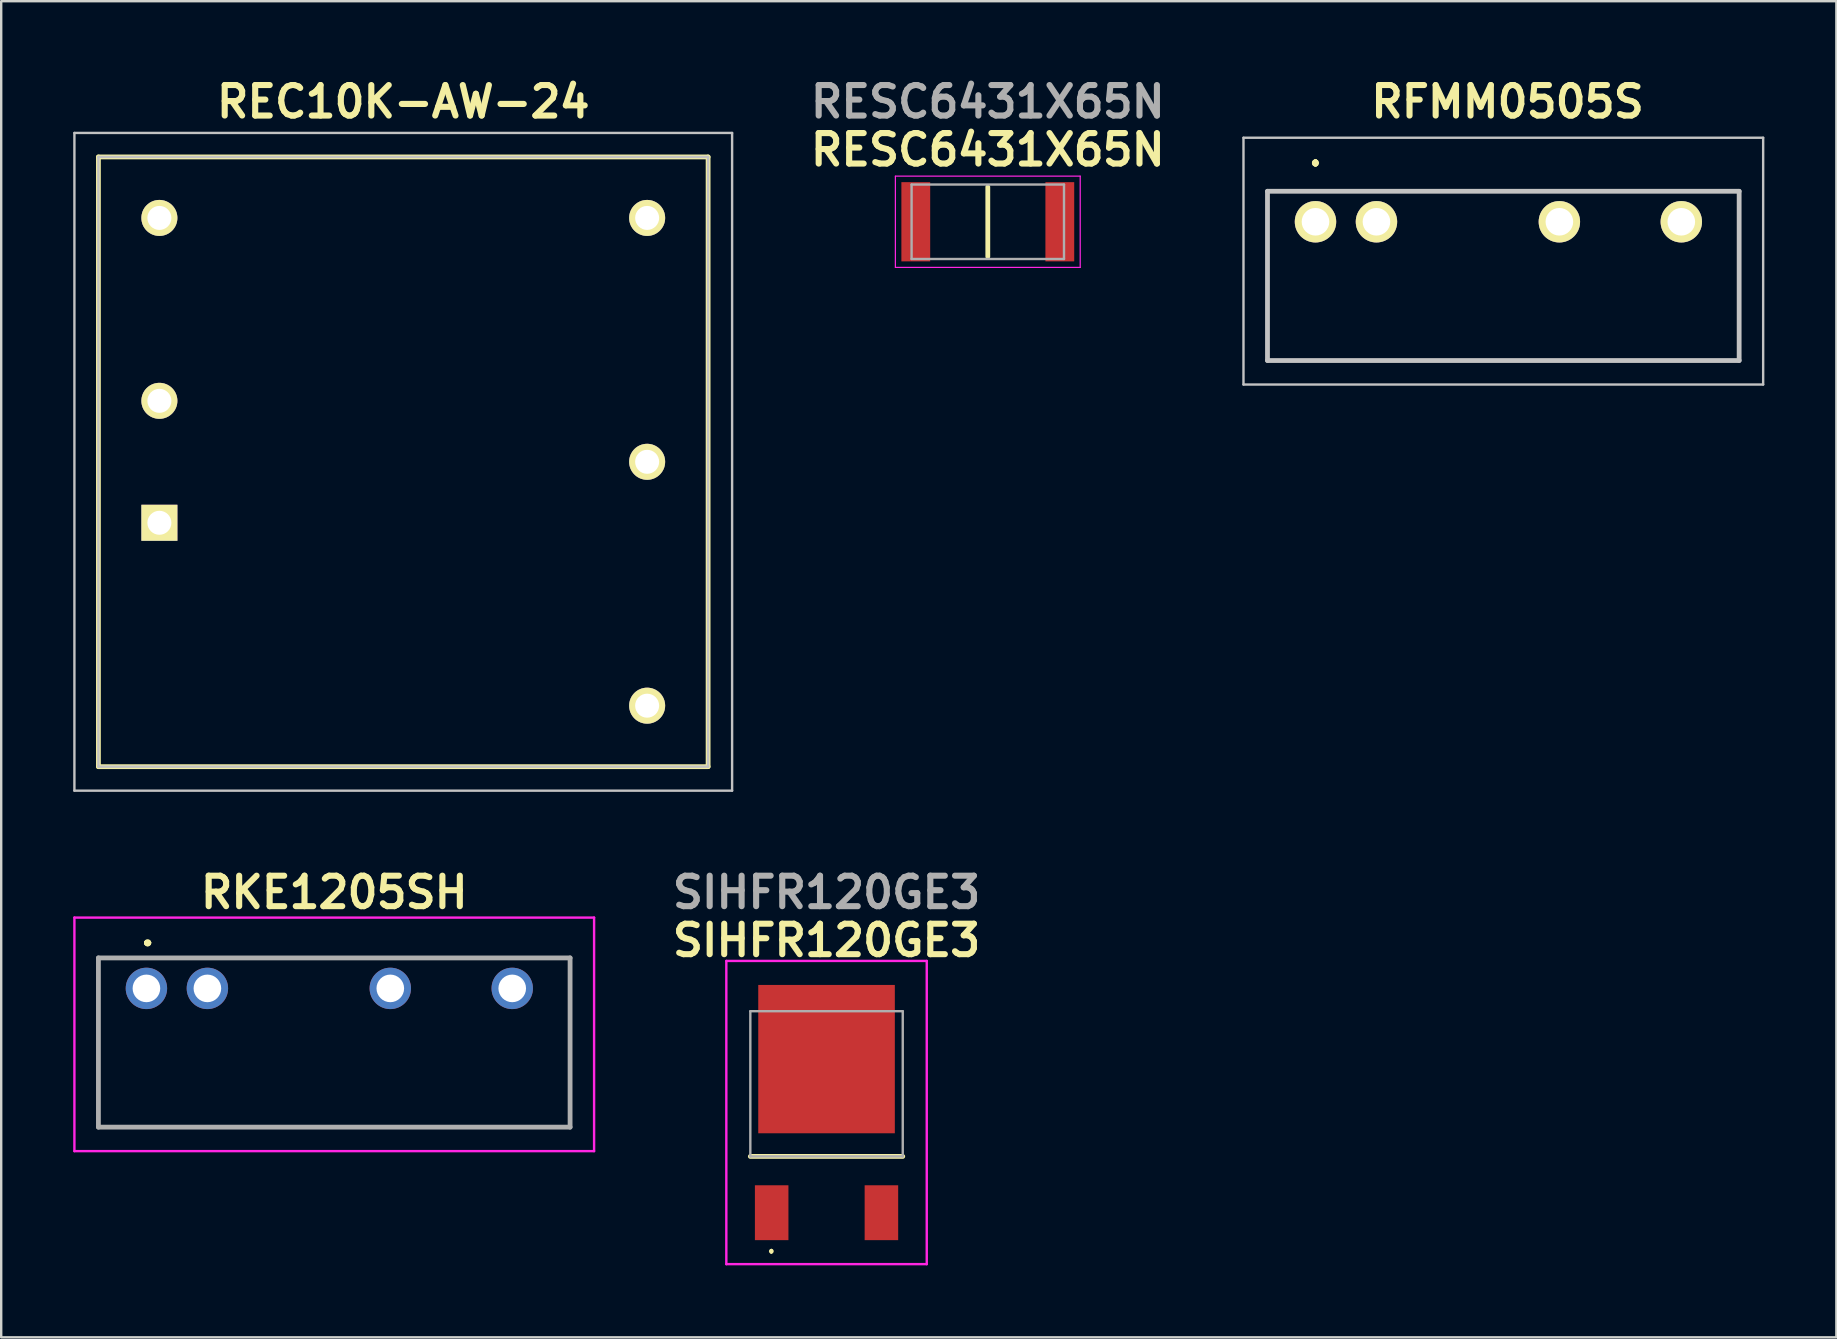
<source format=kicad_pcb>
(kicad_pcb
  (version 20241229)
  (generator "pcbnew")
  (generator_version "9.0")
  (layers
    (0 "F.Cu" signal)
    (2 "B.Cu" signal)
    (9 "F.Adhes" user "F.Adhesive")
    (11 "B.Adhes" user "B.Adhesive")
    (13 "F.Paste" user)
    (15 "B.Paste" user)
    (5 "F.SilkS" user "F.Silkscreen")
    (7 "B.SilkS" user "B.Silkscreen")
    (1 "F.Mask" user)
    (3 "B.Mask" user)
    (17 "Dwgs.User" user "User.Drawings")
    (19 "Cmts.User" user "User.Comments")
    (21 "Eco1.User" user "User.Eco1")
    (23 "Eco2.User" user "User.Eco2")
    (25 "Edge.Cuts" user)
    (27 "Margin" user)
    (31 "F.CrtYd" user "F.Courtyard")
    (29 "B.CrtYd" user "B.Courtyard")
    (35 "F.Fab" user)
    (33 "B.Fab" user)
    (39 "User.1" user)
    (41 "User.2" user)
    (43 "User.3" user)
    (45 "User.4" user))
  (footprint "RESC6431X65N"
    (layer "F.Cu")
    (at 38.102 6.189)
    (property "Reference" "RESC6431X65N" (at 0 -3 0) (layer "F.SilkS") (effects (font (size 1.27 1.27) (thickness 0.254))))
    (attr smd)
    (fp_line (start 0 -1.45) (end 0 1.45) (stroke (width 0.2) (type solid)) (layer "F.SilkS"))
    (fp_line (start -3.85 -1.9) (end 3.85 -1.9) (stroke (width 0.05) (type solid)) (layer "F.CrtYd"))
    (fp_line (start -3.85 1.9) (end -3.85 -1.9) (stroke (width 0.05) (type solid)) (layer "F.CrtYd"))
    (fp_line (start 3.85 -1.9) (end 3.85 1.9) (stroke (width 0.05) (type solid)) (layer "F.CrtYd"))
    (fp_line (start 3.85 1.9) (end -3.85 1.9) (stroke (width 0.05) (type solid)) (layer "F.CrtYd"))
    (fp_line (start -3.175 -1.55) (end 3.175 -1.55) (stroke (width 0.1) (type solid)) (layer "F.Fab"))
    (fp_line (start -3.175 1.55) (end -3.175 -1.55) (stroke (width 0.1) (type solid)) (layer "F.Fab"))
    (fp_line (start 3.175 -1.55) (end 3.175 1.55) (stroke (width 0.1) (type solid)) (layer "F.Fab"))
    (fp_line (start 3.175 1.55) (end -3.175 1.55) (stroke (width 0.1) (type solid)) (layer "F.Fab"))
    (fp_text user "${REFERENCE}" (at 0 -5 0) (layer "F.Fab") (effects (font (size 1.27 1.27) (thickness 0.254))))
    (pad "1" smd rect (at -3 0) (size 1.2 3.3) (layers "F.Cu" "F.Mask" "F.Paste"))
    (pad "2" smd rect (at 3 0) (size 1.2 3.3) (layers "F.Cu" "F.Mask" "F.Paste")))
  (footprint "RKE1205SH"
    (layer "F.Cu")
    (at 3.05 38.127)
    (property "Reference" "RKE1205SH" (at 7.825 -4 0) (layer "F.SilkS") (effects (font (size 1.27 1.27) (thickness 0.254))))
    (attr through_hole)
    (fp_line (start -2 -1.27) (end 17.65 -1.27) (stroke (width 0.1) (type solid)) (layer "F.SilkS"))
    (fp_line (start -2 5.78) (end -2 -1.27) (stroke (width 0.1) (type solid)) (layer "F.SilkS"))
    (fp_line (start 0 -1.9) (end 0 -1.9) (stroke (width 0.2) (type solid)) (layer "F.SilkS"))
    (fp_line (start 0 -1.9) (end 0 -1.9) (stroke (width 0.2) (type solid)) (layer "F.SilkS"))
    (fp_line (start 0.1 -1.9) (end 0.1 -1.9) (stroke (width 0.2) (type solid)) (layer "F.SilkS"))
    (fp_line (start 17.65 -1.27) (end 17.65 5.78) (stroke (width 0.1) (type solid)) (layer "F.SilkS"))
    (fp_line (start 17.65 5.78) (end -2 5.78) (stroke (width 0.1) (type solid)) (layer "F.SilkS"))
    (fp_arc (start 0 -1.9) (mid 0.05 -1.95) (end 0.1 -1.9) (stroke (width 0.2) (type solid)) (layer "F.SilkS"))
    (fp_arc (start 0.1 -1.9) (mid 0.05 -1.85) (end 0 -1.9) (stroke (width 0.2) (type solid)) (layer "F.SilkS"))
    (fp_arc (start 0.1 -1.9) (mid 0.05 -1.85) (end 0 -1.9) (stroke (width 0.2) (type solid)) (layer "F.SilkS"))
    (fp_line (start -3 -2.95) (end 18.65 -2.95) (stroke (width 0.1) (type solid)) (layer "F.CrtYd"))
    (fp_line (start -3 6.78) (end -3 -2.95) (stroke (width 0.1) (type solid)) (layer "F.CrtYd"))
    (fp_line (start 18.65 -2.95) (end 18.65 6.78) (stroke (width 0.1) (type solid)) (layer "F.CrtYd"))
    (fp_line (start 18.65 6.78) (end -3 6.78) (stroke (width 0.1) (type solid)) (layer "F.CrtYd"))
    (fp_line (start -2 -1.27) (end -2 5.78) (stroke (width 0.2) (type solid)) (layer "F.Fab"))
    (fp_line (start -2 5.78) (end 17.65 5.78) (stroke (width 0.2) (type solid)) (layer "F.Fab"))
    (fp_line (start 17.65 -1.27) (end -2 -1.27) (stroke (width 0.2) (type solid)) (layer "F.Fab"))
    (fp_line (start 17.65 5.78) (end 17.65 -1.27) (stroke (width 0.2) (type solid)) (layer "F.Fab"))
    (pad "1" thru_hole circle (at 0 0) (size 1.725 1.725) (drill 1.15) (layers "*.Cu" "*.Mask"))
    (pad "2" thru_hole circle (at 2.54 0) (size 1.725 1.725) (drill 1.15) (layers "*.Cu" "*.Mask"))
    (pad "5" thru_hole circle (at 10.16 0) (size 1.725 1.725) (drill 1.15) (layers "*.Cu" "*.Mask"))
    (pad "7" thru_hole circle (at 15.24 0) (size 1.725 1.725) (drill 1.15) (layers "*.Cu" "*.Mask")))
  (footprint "RFMM0505S"
    (layer "F.Cu")
    (at 51.754 6.189)
    (property "Reference" "RFMM0505S" (at 8 -5 0) (layer "F.SilkS") (effects (font (size 1.27 1.27) (thickness 0.254))))
    (attr through_hole exclude_from_pos_files)
    (fp_line (start -2 -1.27) (end -2 -1.27) (stroke (width 0.1) (type solid)) (layer "F.SilkS"))
    (fp_line (start -2 -1.27) (end -2 -1.27) (stroke (width 0.1) (type solid)) (layer "F.SilkS"))
    (fp_line (start -2 -1.27) (end -2 5.78) (stroke (width 0.1) (type solid)) (layer "F.SilkS"))
    (fp_line (start -2 -1.27) (end -1.5 -1.27) (stroke (width 0.1) (type solid)) (layer "F.SilkS"))
    (fp_line (start -2 5.78) (end -2 -1.27) (stroke (width 0.1) (type solid)) (layer "F.SilkS"))
    (fp_line (start -2 5.78) (end -2 5.78) (stroke (width 0.1) (type solid)) (layer "F.SilkS"))
    (fp_line (start -2 5.78) (end -2 5.78) (stroke (width 0.1) (type solid)) (layer "F.SilkS"))
    (fp_line (start -2 5.78) (end 17.65 5.78) (stroke (width 0.1) (type solid)) (layer "F.SilkS"))
    (fp_line (start -1.5 -1.27) (end -2 -1.27) (stroke (width 0.1) (type solid)) (layer "F.SilkS"))
    (fp_line (start -1.5 -1.27) (end -1.5 -1.27) (stroke (width 0.1) (type solid)) (layer "F.SilkS"))
    (fp_line (start 0 -2.5) (end 0 -2.5) (stroke (width 0.2) (type solid)) (layer "F.SilkS"))
    (fp_line (start 0 -2.5) (end 0 -2.5) (stroke (width 0.2) (type solid)) (layer "F.SilkS"))
    (fp_line (start 0 -2.4) (end 0 -2.4) (stroke (width 0.2) (type solid)) (layer "F.SilkS"))
    (fp_line (start 4 -1.27) (end 4 -1.27) (stroke (width 0.1) (type solid)) (layer "F.SilkS"))
    (fp_line (start 4 -1.27) (end 8.75 -1.27) (stroke (width 0.1) (type solid)) (layer "F.SilkS"))
    (fp_line (start 8.75 -1.27) (end 4 -1.27) (stroke (width 0.1) (type solid)) (layer "F.SilkS"))
    (fp_line (start 8.75 -1.27) (end 8.75 -1.27) (stroke (width 0.1) (type solid)) (layer "F.SilkS"))
    (fp_line (start 11.75 -1.27) (end 11.75 -1.27) (stroke (width 0.1) (type solid)) (layer "F.SilkS"))
    (fp_line (start 11.75 -1.27) (end 13.75 -1.27) (stroke (width 0.1) (type solid)) (layer "F.SilkS"))
    (fp_line (start 13.75 -1.27) (end 11.75 -1.27) (stroke (width 0.1) (type solid)) (layer "F.SilkS"))
    (fp_line (start 13.75 -1.27) (end 13.75 -1.27) (stroke (width 0.1) (type solid)) (layer "F.SilkS"))
    (fp_line (start 16.75 -1.27) (end 16.75 -1.27) (stroke (width 0.1) (type solid)) (layer "F.SilkS"))
    (fp_line (start 16.75 -1.27) (end 17.65 -1.27) (stroke (width 0.1) (type solid)) (layer "F.SilkS"))
    (fp_line (start 17.65 -1.27) (end 16.75 -1.27) (stroke (width 0.1) (type solid)) (layer "F.SilkS"))
    (fp_line (start 17.65 -1.27) (end 17.65 -1.27) (stroke (width 0.1) (type solid)) (layer "F.SilkS"))
    (fp_line (start 17.65 -1.27) (end 17.65 -1.27) (stroke (width 0.1) (type solid)) (layer "F.SilkS"))
    (fp_line (start 17.65 -1.27) (end 17.65 5.78) (stroke (width 0.1) (type solid)) (layer "F.SilkS"))
    (fp_line (start 17.65 5.78) (end -2 5.78) (stroke (width 0.1) (type solid)) (layer "F.SilkS"))
    (fp_line (start 17.65 5.78) (end 17.65 -1.27) (stroke (width 0.1) (type solid)) (layer "F.SilkS"))
    (fp_line (start 17.65 5.78) (end 17.65 5.78) (stroke (width 0.1) (type solid)) (layer "F.SilkS"))
    (fp_line (start 17.65 5.78) (end 17.65 5.78) (stroke (width 0.1) (type solid)) (layer "F.SilkS"))
    (fp_arc (start 0 -2.5) (mid 0.05 -2.45) (end 0 -2.4) (stroke (width 0.2) (type solid)) (layer "F.SilkS"))
    (fp_arc (start 0 -2.4) (mid -0.05 -2.45) (end 0 -2.5) (stroke (width 0.2) (type solid)) (layer "F.SilkS"))
    (fp_arc (start 0 -2.4) (mid -0.05 -2.45) (end 0 -2.5) (stroke (width 0.2) (type solid)) (layer "F.SilkS"))
    (fp_line (start -3 -3.5) (end 18.65 -3.5) (stroke (width 0.1) (type solid)) (layer "Dwgs.User"))
    (fp_line (start -3 6.78) (end -3 -3.5) (stroke (width 0.1) (type solid)) (layer "Dwgs.User"))
    (fp_line (start -2 -1.27) (end -2 5.78) (stroke (width 0.2) (type solid)) (layer "Dwgs.User"))
    (fp_line (start -2 5.78) (end 17.65 5.78) (stroke (width 0.2) (type solid)) (layer "Dwgs.User"))
    (fp_line (start 17.65 -1.27) (end -2 -1.27) (stroke (width 0.2) (type solid)) (layer "Dwgs.User"))
    (fp_line (start 17.65 5.78) (end 17.65 -1.27) (stroke (width 0.2) (type solid)) (layer "Dwgs.User"))
    (fp_line (start 18.65 -3.5) (end 18.65 6.78) (stroke (width 0.1) (type solid)) (layer "Dwgs.User"))
    (fp_line (start 18.65 6.78) (end -3 6.78) (stroke (width 0.1) (type solid)) (layer "Dwgs.User"))
    (pad "1" thru_hole circle (at 0 0 90) (size 1.725 1.725) (drill 1.15) (layers "*.Cu" "*.Mask" "F.SilkS"))
    (pad "2" thru_hole circle (at 2.54 0 90) (size 1.725 1.725) (drill 1.15) (layers "*.Cu" "*.Mask" "F.SilkS"))
    (pad "5" thru_hole circle (at 10.16 0 90) (size 1.725 1.725) (drill 1.15) (layers "*.Cu" "*.Mask" "F.SilkS"))
    (pad "7" thru_hole circle (at 15.24 0 90) (size 1.725 1.725) (drill 1.15) (layers "*.Cu" "*.Mask" "F.SilkS")))
  (footprint "SIHFR120GE3"
    (layer "F.Cu")
    (at 31.384 44.127)
    (property "Reference" "SIHFR120GE3" (at 0 -8 0) (layer "F.SilkS") (effects (font (size 1.27 1.27) (thickness 0.254))))
    (attr smd)
    (fp_line (start -3.175 1) (end 3.175 1) (stroke (width 0.2) (type solid)) (layer "F.SilkS"))
    (fp_line (start -2.3 4.9) (end -2.3 4.9) (stroke (width 0.1) (type solid)) (layer "F.SilkS"))
    (fp_line (start -2.3 5) (end -2.3 5) (stroke (width 0.1) (type solid)) (layer "F.SilkS"))
    (fp_arc (start -2.3 4.9) (mid -2.25 4.95) (end -2.3 5) (stroke (width 0.1) (type solid)) (layer "F.SilkS"))
    (fp_arc (start -2.3 5) (mid -2.35 4.95) (end -2.3 4.9) (stroke (width 0.1) (type solid)) (layer "F.SilkS"))
    (fp_line (start -4.175 -7.144) (end 4.175 -7.144) (stroke (width 0.1) (type solid)) (layer "F.CrtYd"))
    (fp_line (start -4.175 5.488) (end -4.175 -7.144) (stroke (width 0.1) (type solid)) (layer "F.CrtYd"))
    (fp_line (start 4.175 -7.144) (end 4.175 5.488) (stroke (width 0.1) (type solid)) (layer "F.CrtYd"))
    (fp_line (start 4.175 5.488) (end -4.175 5.488) (stroke (width 0.1) (type solid)) (layer "F.CrtYd"))
    (fp_line (start -3.175 -5.05) (end 3.175 -5.05) (stroke (width 0.1) (type solid)) (layer "F.Fab"))
    (fp_line (start -3.175 1) (end -3.175 -5.05) (stroke (width 0.1) (type solid)) (layer "F.Fab"))
    (fp_line (start 3.175 -5.05) (end 3.175 1) (stroke (width 0.1) (type solid)) (layer "F.Fab"))
    (fp_line (start 3.175 1) (end -3.175 1) (stroke (width 0.1) (type solid)) (layer "F.Fab"))
    (fp_text user "${REFERENCE}" (at 0 -10 0) (layer "F.Fab") (effects (font (size 1.27 1.27) (thickness 0.254))))
    (pad "1" smd rect (at -2.286 3.345) (size 1.397 2.286) (layers "F.Cu" "F.Mask" "F.Paste"))
    (pad "2" smd rect (at 2.286 3.345) (size 1.397 2.286) (layers "F.Cu" "F.Mask" "F.Paste"))
    (pad "3" smd rect (at 0 -3.054) (size 5.69 6.18) (layers "F.Cu" "F.Mask" "F.Paste")))
  (footprint "REC10K-AW-24"
    (layer "F.Cu")
    (at 13.75 16.189)
    (property "Reference" "REC10K-AW-24" (at 0 -15 0) (layer "F.SilkS") (effects (font (size 1.27 1.27) (thickness 0.254))))
    (attr through_hole exclude_from_pos_files)
    (fp_line (start -12.7 -12.7) (end 12.7 -12.7) (stroke (width 0.2) (type solid)) (layer "F.SilkS"))
    (fp_line (start -12.7 12.7) (end -12.7 -12.7) (stroke (width 0.2) (type solid)) (layer "F.SilkS"))
    (fp_line (start 12.7 -12.7) (end 12.7 12.7) (stroke (width 0.2) (type solid)) (layer "F.SilkS"))
    (fp_line (start 12.7 12.7) (end -12.7 12.7) (stroke (width 0.2) (type solid)) (layer "F.SilkS"))
    (fp_line (start -13.7 -13.7) (end 13.7 -13.7) (stroke (width 0.1) (type solid)) (layer "Dwgs.User"))
    (fp_line (start -13.7 13.7) (end -13.7 -13.7) (stroke (width 0.1) (type solid)) (layer "Dwgs.User"))
    (fp_line (start -12.7 -12.7) (end 12.7 -12.7) (stroke (width 0.1) (type solid)) (layer "Dwgs.User"))
    (fp_line (start -12.7 12.7) (end -12.7 -12.7) (stroke (width 0.1) (type solid)) (layer "Dwgs.User"))
    (fp_line (start 12.7 -12.7) (end 12.7 12.7) (stroke (width 0.1) (type solid)) (layer "Dwgs.User"))
    (fp_line (start 12.7 12.7) (end -12.7 12.7) (stroke (width 0.1) (type solid)) (layer "Dwgs.User"))
    (fp_line (start 13.7 -13.7) (end 13.7 13.7) (stroke (width 0.1) (type solid)) (layer "Dwgs.User"))
    (fp_line (start 13.7 13.7) (end -13.7 13.7) (stroke (width 0.1) (type solid)) (layer "Dwgs.User"))
    (pad "1" thru_hole rect (at -10.16 2.54 90) (size 1.5 1.5) (drill 1) (layers "*.Cu" "*.Mask" "F.SilkS"))
    (pad "2" thru_hole circle (at -10.16 -2.54 90) (size 1.5 1.5) (drill 1) (layers "*.Cu" "*.Mask" "F.SilkS"))
    (pad "3" thru_hole circle (at -10.16 -10.16 90) (size 1.5 1.5) (drill 1) (layers "*.Cu" "*.Mask" "F.SilkS"))
    (pad "4" thru_hole circle (at 10.16 -10.16 90) (size 1.5 1.5) (drill 1) (layers "*.Cu" "*.Mask" "F.SilkS"))
    (pad "5" thru_hole circle (at 10.16 0 90) (size 1.5 1.5) (drill 1) (layers "*.Cu" "*.Mask" "F.SilkS"))
    (pad "6" thru_hole circle (at 10.16 10.16 90) (size 1.5 1.5) (drill 1) (layers "*.Cu" "*.Mask" "F.SilkS")))
  (gr_rect
    (start -3 -3)
    (end 73.454 52.665)
    (stroke (width 0.1) (type default))
    (fill no)
    (layer "Edge.Cuts")))
</source>
